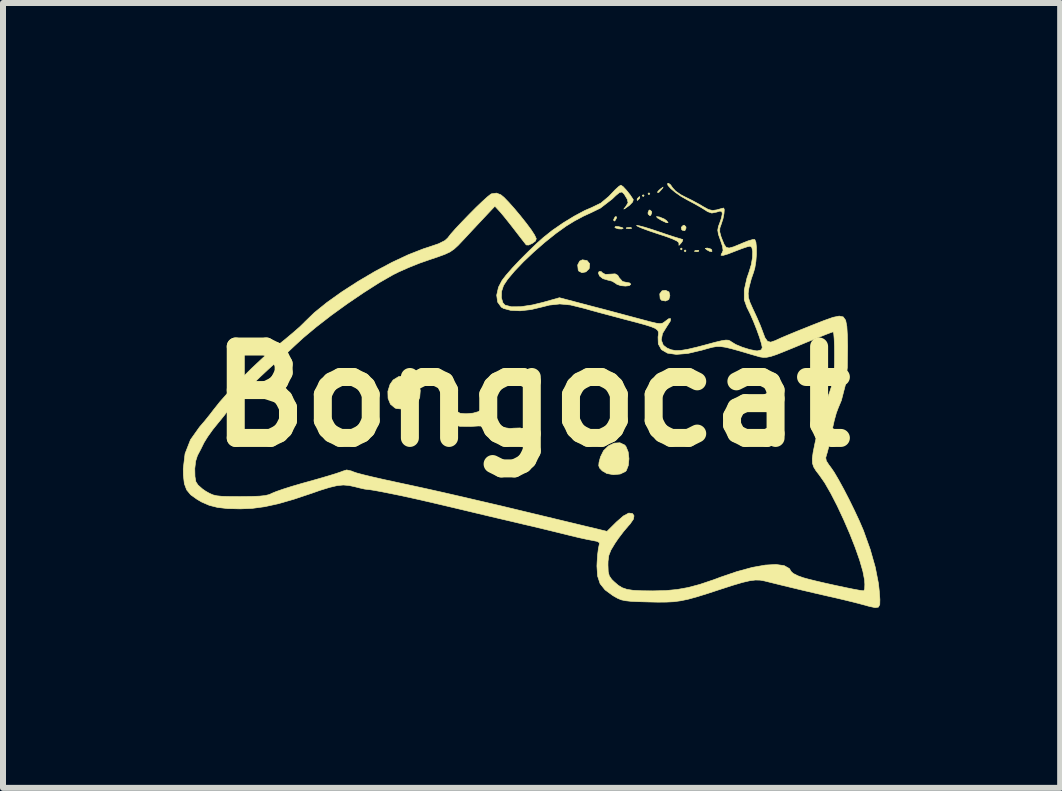
<source format=kicad_pcb>
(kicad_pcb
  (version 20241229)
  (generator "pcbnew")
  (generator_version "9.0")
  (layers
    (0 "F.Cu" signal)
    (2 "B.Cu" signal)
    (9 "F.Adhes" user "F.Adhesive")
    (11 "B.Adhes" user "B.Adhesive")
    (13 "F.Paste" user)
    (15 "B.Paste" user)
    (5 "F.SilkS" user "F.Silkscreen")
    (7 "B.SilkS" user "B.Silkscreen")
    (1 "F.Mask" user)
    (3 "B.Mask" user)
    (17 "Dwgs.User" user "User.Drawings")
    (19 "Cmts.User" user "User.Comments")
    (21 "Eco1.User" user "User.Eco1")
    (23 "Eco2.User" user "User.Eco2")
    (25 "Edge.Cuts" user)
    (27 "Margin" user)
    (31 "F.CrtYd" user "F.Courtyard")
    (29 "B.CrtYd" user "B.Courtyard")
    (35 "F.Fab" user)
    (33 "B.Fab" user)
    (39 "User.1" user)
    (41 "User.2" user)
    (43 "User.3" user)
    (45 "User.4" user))
  (footprint "Bongocat"
    (layer "F.Cu")
    (at 5.815 3.561)
    (property "Reference" "Bongocat" (at 0 0 0) (layer "F.SilkS") (effects (font (size 1.524 1.524) (thickness 0.3))))
    (attr through_hole)
    (fp_poly (pts (xy 1.873 -3.35) (xy 1.857 -3.334) (xy 1.841 -3.35) (xy 1.857 -3.365) (xy 1.873 -3.35)) (stroke (width 0.01) (type solid)) (fill yes) (layer "F.SilkS"))
    (fp_poly (pts (xy 1.968 -3.381) (xy 1.953 -3.365) (xy 1.937 -3.381) (xy 1.953 -3.397) (xy 1.968 -3.381)) (stroke (width 0.01) (type solid)) (fill yes) (layer "F.SilkS"))
    (fp_poly (pts (xy 2.508 -2.461) (xy 2.492 -2.445) (xy 2.477 -2.461) (xy 2.492 -2.477) (xy 2.508 -2.461)) (stroke (width 0.01) (type solid)) (fill yes) (layer "F.SilkS"))
    (fp_poly (pts (xy 2.572 -2.429) (xy 2.556 -2.413) (xy 2.54 -2.429) (xy 2.556 -2.445) (xy 2.572 -2.429)) (stroke (width 0.01) (type solid)) (fill yes) (layer "F.SilkS"))
    (fp_poly (pts (xy 1.659 -2.815) (xy 1.663 -2.803) (xy 1.619 -2.799) (xy 1.574 -2.804) (xy 1.58 -2.815) (xy 1.645 -2.819) (xy 1.659 -2.815)) (stroke (width 0.01) (type solid)) (fill yes) (layer "F.SilkS"))
    (fp_poly (pts (xy 2.785 -2.432) (xy 2.776 -2.418) (xy 2.744 -2.416) (xy 2.71 -2.423) (xy 2.725 -2.435) (xy 2.774 -2.438) (xy 2.785 -2.432)) (stroke (width 0.01) (type solid)) (fill yes) (layer "F.SilkS"))
    (fp_poly (pts (xy 1.415 -2.995) (xy 1.409 -2.97) (xy 1.383 -2.926) (xy 1.367 -2.933) (xy 1.365 -2.951) (xy 1.388 -2.994) (xy 1.397 -3) (xy 1.415 -2.995)) (stroke (width 0.01) (type solid)) (fill yes) (layer "F.SilkS"))
    (fp_poly (pts (xy 1.446 -2.833) (xy 1.505 -2.818) (xy 1.524 -2.806) (xy 1.499 -2.794) (xy 1.446 -2.796) (xy 1.397 -2.811) (xy 1.384 -2.821) (xy 1.397 -2.836) (xy 1.446 -2.833)) (stroke (width 0.01) (type solid)) (fill yes) (layer "F.SilkS"))
    (fp_poly (pts (xy 1.8 -3.313) (xy 1.794 -3.302) (xy 1.764 -3.272) (xy 1.758 -3.27) (xy 1.756 -3.291) (xy 1.762 -3.302) (xy 1.792 -3.332) (xy 1.798 -3.334) (xy 1.8 -3.313)) (stroke (width 0.01) (type solid)) (fill yes) (layer "F.SilkS"))
    (fp_poly (pts (xy 1.997 -3.086) (xy 2 -3.064) (xy 1.983 -3.022) (xy 1.968 -3.016) (xy 1.94 -3.042) (xy 1.937 -3.064) (xy 1.954 -3.106) (xy 1.968 -3.111) (xy 1.997 -3.086)) (stroke (width 0.01) (type solid)) (fill yes) (layer "F.SilkS"))
    (fp_poly (pts (xy 2.181 -3.476) (xy 2.163 -3.453) (xy 2.117 -3.403) (xy 2.096 -3.404) (xy 2.095 -3.409) (xy 2.117 -3.436) (xy 2.151 -3.465) (xy 2.189 -3.492) (xy 2.181 -3.476)) (stroke (width 0.01) (type solid)) (fill yes) (layer "F.SilkS"))
    (fp_poly (pts (xy 2.568 -2.832) (xy 2.572 -2.81) (xy 2.552 -2.766) (xy 2.508 -2.774) (xy 2.499 -2.783) (xy 2.492 -2.822) (xy 2.524 -2.854) (xy 2.542 -2.857) (xy 2.568 -2.832)) (stroke (width 0.01) (type solid)) (fill yes) (layer "F.SilkS"))
    (fp_poly (pts (xy 2.984 -2.46) (xy 3 -2.445) (xy 3.003 -2.417) (xy 2.965 -2.421) (xy 2.921 -2.445) (xy 2.891 -2.469) (xy 2.92 -2.476) (xy 2.927 -2.476) (xy 2.984 -2.46)) (stroke (width 0.01) (type solid)) (fill yes) (layer "F.SilkS"))
    (fp_poly (pts (xy 2.287 -1.745) (xy 2.302 -1.683) (xy 2.284 -1.617) (xy 2.23 -1.593) (xy 2.163 -1.605) (xy 2.14 -1.633) (xy 2.133 -1.712) (xy 2.171 -1.763) (xy 2.23 -1.772) (xy 2.287 -1.745)) (stroke (width 0.01) (type solid)) (fill yes) (layer "F.SilkS"))
    (fp_poly (pts (xy 2.12 -2.995) (xy 2.132 -2.992) (xy 2.209 -2.96) (xy 2.249 -2.931) (xy 2.272 -2.898) (xy 2.246 -2.898) (xy 2.177 -2.93) (xy 2.166 -2.935) (xy 2.094 -2.979) (xy 2.078 -3) (xy 2.12 -2.995)) (stroke (width 0.01) (type solid)) (fill yes) (layer "F.SilkS"))
    (fp_poly (pts (xy 0.922 -2.267) (xy 0.965 -2.214) (xy 0.958 -2.139) (xy 0.954 -2.129) (xy 0.902 -2.079) (xy 0.837 -2.065) (xy 0.785 -2.091) (xy 0.774 -2.11) (xy 0.765 -2.194) (xy 0.798 -2.258) (xy 0.844 -2.28) (xy 0.922 -2.267)) (stroke (width 0.01) (type solid)) (fill yes) (layer "F.SilkS"))
    (fp_poly (pts (xy -1.987 -0.322) (xy -1.935 -0.291) (xy -1.882 -0.212) (xy -1.859 -0.102) (xy -1.868 0.014) (xy -1.909 0.11) (xy -1.925 0.13) (xy -2.017 0.185) (xy -2.137 0.21) (xy -2.253 0.2) (xy -2.279 0.191) (xy -2.356 0.127) (xy -2.396 0.029) (xy -2.399 -0.087) (xy -2.363 -0.203) (xy -2.312 -0.276) (xy -2.219 -0.333) (xy -2.102 -0.349) (xy -1.987 -0.322)) (stroke (width 0.01) (type solid)) (fill yes) (layer "F.SilkS"))
    (fp_poly (pts (xy 1.549 0.808) (xy 1.57 0.833) (xy 1.607 0.923) (xy 1.62 1.036) (xy 1.609 1.148) (xy 1.576 1.233) (xy 1.561 1.249) (xy 1.474 1.291) (xy 1.361 1.302) (xy 1.25 1.282) (xy 1.175 1.238) (xy 1.132 1.193) (xy 1.116 1.153) (xy 1.121 1.096) (xy 1.145 1.006) (xy 1.197 0.901) (xy 1.278 0.822) (xy 1.374 0.776) (xy 1.469 0.77) (xy 1.549 0.808)) (stroke (width 0.01) (type solid)) (fill yes) (layer "F.SilkS"))
    (fp_poly (pts (xy 1.156 -2.085) (xy 1.173 -2.066) (xy 1.225 -2.037) (xy 1.311 -2.041) (xy 1.389 -2.046) (xy 1.433 -2.022) (xy 1.456 -1.982) (xy 1.513 -1.918) (xy 1.571 -1.905) (xy 1.631 -1.894) (xy 1.651 -1.873) (xy 1.625 -1.849) (xy 1.561 -1.842) (xy 1.485 -1.849) (xy 1.42 -1.871) (xy 1.399 -1.887) (xy 1.341 -1.923) (xy 1.263 -1.943) (xy 1.186 -1.966) (xy 1.13 -2.01) (xy 1.11 -2.059) (xy 1.122 -2.085) (xy 1.156 -2.085)) (stroke (width 0.01) (type solid)) (fill yes) (layer "F.SilkS"))
    (fp_poly (pts (xy 1.79 -2.847) (xy 1.879 -2.824) (xy 1.999 -2.787) (xy 2.106 -2.751) (xy 2.244 -2.704) (xy 2.363 -2.665) (xy 2.449 -2.638) (xy 2.482 -2.629) (xy 2.518 -2.617) (xy 2.509 -2.587) (xy 2.486 -2.556) (xy 2.453 -2.521) (xy 2.453 -2.541) (xy 2.454 -2.543) (xy 2.45 -2.569) (xy 2.415 -2.596) (xy 2.342 -2.63) (xy 2.223 -2.674) (xy 2.091 -2.717) (xy 1.952 -2.764) (xy 1.841 -2.805) (xy 1.769 -2.836) (xy 1.746 -2.852) (xy 1.747 -2.853) (xy 1.79 -2.847)) (stroke (width 0.01) (type solid)) (fill yes) (layer "F.SilkS"))
    (fp_poly (pts (xy -1.335 0.128) (xy -1.279 0.194) (xy -1.277 0.198) (xy -1.243 0.252) (xy -1.195 0.278) (xy -1.112 0.286) (xy -1.084 0.286) (xy -0.979 0.276) (xy -0.893 0.252) (xy -0.871 0.239) (xy -0.777 0.191) (xy -0.702 0.203) (xy -0.647 0.276) (xy -0.63 0.321) (xy -0.572 0.445) (xy -0.485 0.514) (xy -0.363 0.532) (xy -0.309 0.527) (xy -0.194 0.523) (xy -0.111 0.548) (xy -0.071 0.594) (xy -0.082 0.656) (xy -0.083 0.657) (xy -0.139 0.696) (xy -0.238 0.72) (xy -0.36 0.728) (xy -0.487 0.72) (xy -0.599 0.695) (xy -0.656 0.67) (xy -0.729 0.611) (xy -0.774 0.551) (xy -0.777 0.544) (xy -0.793 0.51) (xy -0.826 0.493) (xy -0.89 0.49) (xy -1.001 0.497) (xy -1.011 0.498) (xy -1.198 0.496) (xy -1.342 0.458) (xy -1.439 0.384) (xy -1.485 0.279) (xy -1.486 0.197) (xy -1.456 0.129) (xy -1.4 0.106) (xy -1.335 0.128)) (stroke (width 0.01) (type solid)) (fill yes) (layer "F.SilkS"))
    (fp_poly (pts (xy 2.313 -3.531) (xy 2.347 -3.481) (xy 2.398 -3.425) (xy 2.486 -3.364) (xy 2.551 -3.33) (xy 2.675 -3.269) (xy 2.802 -3.2) (xy 2.851 -3.17) (xy 2.944 -3.119) (xy 3.013 -3.102) (xy 3.086 -3.113) (xy 3.089 -3.114) (xy 3.16 -3.134) (xy 3.198 -3.143) (xy 3.199 -3.143) (xy 3.209 -3.116) (xy 3.204 -3.05) (xy 3.188 -2.966) (xy 3.162 -2.886) (xy 3.161 -2.882) (xy 3.135 -2.809) (xy 3.133 -2.746) (xy 3.155 -2.665) (xy 3.174 -2.616) (xy 3.208 -2.534) (xy 3.241 -2.488) (xy 3.289 -2.476) (xy 3.363 -2.496) (xy 3.48 -2.544) (xy 3.509 -2.557) (xy 3.607 -2.596) (xy 3.684 -2.618) (xy 3.717 -2.618) (xy 3.736 -2.575) (xy 3.745 -2.487) (xy 3.745 -2.374) (xy 3.736 -2.253) (xy 3.718 -2.143) (xy 3.697 -2.071) (xy 3.659 -1.962) (xy 3.626 -1.837) (xy 3.619 -1.805) (xy 3.607 -1.722) (xy 3.611 -1.652) (xy 3.636 -1.573) (xy 3.685 -1.463) (xy 3.696 -1.44) (xy 3.755 -1.313) (xy 3.808 -1.19) (xy 3.844 -1.096) (xy 3.844 -1.095) (xy 3.887 -0.981) (xy 3.93 -0.921) (xy 3.983 -0.907) (xy 4.061 -0.934) (xy 4.084 -0.945) (xy 4.156 -0.978) (xy 4.274 -1.028) (xy 4.424 -1.09) (xy 4.592 -1.157) (xy 4.676 -1.191) (xy 4.875 -1.269) (xy 5.022 -1.321) (xy 5.125 -1.342) (xy 5.192 -1.328) (xy 5.232 -1.272) (xy 5.252 -1.171) (xy 5.261 -1.019) (xy 5.265 -0.835) (xy 5.26 -0.483) (xy 5.225 -0.183) (xy 5.161 0.064) (xy 5.108 0.191) (xy 5.077 0.273) (xy 5.043 0.396) (xy 5.011 0.538) (xy 5.002 0.587) (xy 4.975 0.726) (xy 4.947 0.851) (xy 4.923 0.941) (xy 4.916 0.962) (xy 4.9 1.02) (xy 4.91 1.072) (xy 4.954 1.14) (xy 4.984 1.179) (xy 5.04 1.26) (xy 5.114 1.386) (xy 5.2 1.543) (xy 5.291 1.719) (xy 5.379 1.899) (xy 5.459 2.07) (xy 5.523 2.219) (xy 5.529 2.233) (xy 5.641 2.546) (xy 5.726 2.845) (xy 5.779 3.116) (xy 5.793 3.246) (xy 5.803 3.382) (xy 5.801 3.467) (xy 5.778 3.51) (xy 5.723 3.518) (xy 5.625 3.497) (xy 5.493 3.461) (xy 5.367 3.428) (xy 5.207 3.389) (xy 5.038 3.349) (xy 4.969 3.334) (xy 4.734 3.28) (xy 4.466 3.217) (xy 4.193 3.151) (xy 3.946 3.09) (xy 3.882 3.074) (xy 3.807 3.06) (xy 3.728 3.058) (xy 3.634 3.07) (xy 3.513 3.098) (xy 3.354 3.145) (xy 3.159 3.208) (xy 2.933 3.282) (xy 2.753 3.338) (xy 2.608 3.378) (xy 2.483 3.404) (xy 2.366 3.42) (xy 2.243 3.426) (xy 2.101 3.427) (xy 1.96 3.424) (xy 1.781 3.419) (xy 1.652 3.413) (xy 1.56 3.403) (xy 1.491 3.388) (xy 1.433 3.364) (xy 1.371 3.329) (xy 1.349 3.316) (xy 1.221 3.222) (xy 1.139 3.119) (xy 1.097 2.992) (xy 1.086 2.825) (xy 1.089 2.762) (xy 1.097 2.639) (xy 1.11 2.537) (xy 1.123 2.475) (xy 1.124 2.472) (xy 1.128 2.437) (xy 1.091 2.414) (xy 1.01 2.398) (xy 0.916 2.38) (xy 0.784 2.351) (xy 0.638 2.316) (xy 0.587 2.303) (xy 0.412 2.26) (xy 0.215 2.212) (xy 0.035 2.169) (xy 0.016 2.164) (xy -0.132 2.13) (xy -0.316 2.086) (xy -0.513 2.04) (xy -0.683 2) (xy -0.956 1.935) (xy -1.178 1.882) (xy -1.355 1.84) (xy -1.499 1.806) (xy -1.618 1.778) (xy -1.721 1.754) (xy -1.817 1.732) (xy -1.824 1.73) (xy -1.994 1.692) (xy -2.172 1.653) (xy -2.344 1.618) (xy -2.499 1.587) (xy -2.624 1.564) (xy -2.707 1.551) (xy -2.731 1.549) (xy -2.787 1.542) (xy -2.879 1.521) (xy -2.946 1.504) (xy -3.046 1.482) (xy -3.142 1.474) (xy -3.245 1.484) (xy -3.371 1.514) (xy -3.533 1.564) (xy -3.66 1.609) (xy -3.965 1.711) (xy -4.225 1.786) (xy -4.454 1.836) (xy -4.662 1.864) (xy -4.858 1.872) (xy -5.071 1.867) (xy -5.238 1.848) (xy -5.376 1.813) (xy -5.503 1.758) (xy -5.583 1.711) (xy -5.686 1.637) (xy -5.753 1.556) (xy -5.792 1.452) (xy -5.808 1.311) (xy -5.81 1.203) (xy -5.78 0.952) (xy -5.689 0.719) (xy -5.537 0.505) (xy -5.534 0.502) (xy -5.445 0.398) (xy -5.356 0.287) (xy -5.319 0.238) (xy -5.201 0.089) (xy -5.045 -0.087) (xy -4.866 -0.276) (xy -4.675 -0.466) (xy -4.486 -0.643) (xy -4.311 -0.795) (xy -4.246 -0.846) (xy -4.108 -0.957) (xy -3.977 -1.067) (xy -3.867 -1.163) (xy -3.793 -1.235) (xy -3.788 -1.241) (xy -3.626 -1.398) (xy -3.416 -1.568) (xy -3.169 -1.744) (xy -2.898 -1.919) (xy -2.615 -2.086) (xy -2.331 -2.237) (xy -2.058 -2.365) (xy -1.808 -2.463) (xy -1.718 -2.492) (xy -1.553 -2.548) (xy -1.448 -2.601) (xy -1.402 -2.643) (xy -1.349 -2.711) (xy -1.265 -2.806) (xy -1.16 -2.917) (xy -1.045 -3.036) (xy -0.93 -3.152) (xy -0.824 -3.253) (xy -0.738 -3.331) (xy -0.682 -3.375) (xy -0.673 -3.38) (xy -0.588 -3.392) (xy -0.516 -3.364) (xy -0.463 -3.321) (xy -0.384 -3.239) (xy -0.288 -3.131) (xy -0.187 -3.01) (xy -0.09 -2.888) (xy -0.009 -2.779) (xy 0.046 -2.694) (xy 0.075 -2.632) (xy 0.062 -2.594) (xy 0.012 -2.556) (xy -0.052 -2.526) (xy -0.092 -2.528) (xy -0.093 -2.529) (xy -0.121 -2.565) (xy -0.178 -2.638) (xy -0.253 -2.735) (xy -0.286 -2.778) (xy -0.374 -2.891) (xy -0.458 -2.996) (xy -0.522 -3.073) (xy -0.535 -3.087) (xy -0.615 -3.174) (xy -0.786 -2.992) (xy -0.896 -2.875) (xy -1.022 -2.74) (xy -1.139 -2.614) (xy -1.146 -2.607) (xy -1.228 -2.52) (xy -1.296 -2.458) (xy -1.364 -2.411) (xy -1.45 -2.371) (xy -1.568 -2.328) (xy -1.696 -2.285) (xy -1.871 -2.224) (xy -2.053 -2.151) (xy -2.218 -2.078) (xy -2.307 -2.034) (xy -2.544 -1.898) (xy -2.804 -1.732) (xy -3.075 -1.548) (xy -3.342 -1.355) (xy -3.591 -1.162) (xy -3.809 -0.98) (xy -3.955 -0.846) (xy -4.057 -0.75) (xy -4.173 -0.648) (xy -4.221 -0.607) (xy -4.3 -0.539) (xy -4.403 -0.445) (xy -4.521 -0.335) (xy -4.644 -0.216) (xy -4.765 -0.098) (xy -4.875 0.011) (xy -4.964 0.103) (xy -5.025 0.17) (xy -5.048 0.201) (xy -5.048 0.202) (xy -5.068 0.236) (xy -5.119 0.305) (xy -5.193 0.397) (xy -5.228 0.439) (xy -5.32 0.553) (xy -5.402 0.668) (xy -5.46 0.761) (xy -5.469 0.778) (xy -5.518 0.878) (xy -5.565 0.967) (xy -5.574 0.984) (xy -5.603 1.075) (xy -5.618 1.2) (xy -5.615 1.332) (xy -5.6 1.42) (xy -5.563 1.476) (xy -5.489 1.541) (xy -5.434 1.579) (xy -5.371 1.614) (xy -5.314 1.639) (xy -5.25 1.654) (xy -5.164 1.663) (xy -5.042 1.666) (xy -4.872 1.667) (xy -4.858 1.667) (xy -4.673 1.665) (xy -4.539 1.66) (xy -4.444 1.65) (xy -4.375 1.633) (xy -4.326 1.61) (xy -4.26 1.583) (xy -4.146 1.543) (xy -3.997 1.496) (xy -3.826 1.446) (xy -3.721 1.417) (xy -3.547 1.368) (xy -3.39 1.322) (xy -3.263 1.283) (xy -3.178 1.254) (xy -3.151 1.243) (xy -3.086 1.223) (xy -3.009 1.24) (xy -2.978 1.253) (xy -2.917 1.274) (xy -2.804 1.304) (xy -2.65 1.341) (xy -2.466 1.383) (xy -2.262 1.427) (xy -2.175 1.446) (xy -1.988 1.486) (xy -1.75 1.538) (xy -1.473 1.6) (xy -1.168 1.67) (xy -0.846 1.745) (xy -0.519 1.821) (xy -0.198 1.898) (xy -0.111 1.919) (xy 1.254 2.247) (xy 1.41 2.092) (xy 1.527 1.99) (xy 1.617 1.942) (xy 1.679 1.95) (xy 1.704 1.987) (xy 1.694 2.044) (xy 1.637 2.126) (xy 1.612 2.153) (xy 1.533 2.246) (xy 1.444 2.363) (xy 1.386 2.448) (xy 1.319 2.559) (xy 1.284 2.649) (xy 1.271 2.747) (xy 1.27 2.808) (xy 1.274 2.918) (xy 1.292 2.989) (xy 1.332 3.047) (xy 1.372 3.086) (xy 1.441 3.146) (xy 1.508 3.187) (xy 1.587 3.214) (xy 1.69 3.23) (xy 1.83 3.237) (xy 2.019 3.239) (xy 2.233 3.234) (xy 2.423 3.216) (xy 2.607 3.183) (xy 2.802 3.131) (xy 3.028 3.055) (xy 3.143 3.012) (xy 3.424 2.916) (xy 3.675 2.848) (xy 3.893 2.809) (xy 4.071 2.799) (xy 4.207 2.818) (xy 4.294 2.867) (xy 4.324 2.917) (xy 4.359 2.949) (xy 4.437 2.988) (xy 4.526 3.02) (xy 4.613 3.044) (xy 4.739 3.075) (xy 4.89 3.11) (xy 5.052 3.146) (xy 5.211 3.18) (xy 5.353 3.209) (xy 5.463 3.229) (xy 5.528 3.238) (xy 5.534 3.239) (xy 5.549 3.209) (xy 5.552 3.129) (xy 5.547 3.056) (xy 5.52 2.915) (xy 5.467 2.731) (xy 5.392 2.517) (xy 5.301 2.286) (xy 5.199 2.051) (xy 5.092 1.822) (xy 4.985 1.614) (xy 4.884 1.438) (xy 4.794 1.309) (xy 4.737 1.235) (xy 4.699 1.173) (xy 4.679 1.111) (xy 4.676 1.034) (xy 4.69 0.93) (xy 4.719 0.786) (xy 4.745 0.667) (xy 4.786 0.492) (xy 4.829 0.333) (xy 4.881 0.166) (xy 4.95 -0.033) (xy 4.967 -0.079) (xy 5.002 -0.187) (xy 5.026 -0.287) (xy 5.039 -0.397) (xy 5.046 -0.537) (xy 5.047 -0.691) (xy 5.046 -0.839) (xy 5.041 -0.962) (xy 5.034 -1.046) (xy 5.025 -1.079) (xy 5.024 -1.079) (xy 4.988 -1.068) (xy 4.904 -1.036) (xy 4.784 -0.988) (xy 4.638 -0.929) (xy 4.572 -0.902) (xy 4.361 -0.814) (xy 4.199 -0.748) (xy 4.078 -0.7) (xy 3.987 -0.67) (xy 3.917 -0.655) (xy 3.86 -0.653) (xy 3.804 -0.661) (xy 3.742 -0.679) (xy 3.672 -0.699) (xy 3.48 -0.756) (xy 3.337 -0.796) (xy 3.23 -0.822) (xy 3.148 -0.834) (xy 3.079 -0.834) (xy 3.009 -0.822) (xy 2.926 -0.8) (xy 2.836 -0.774) (xy 2.602 -0.719) (xy 2.41 -0.703) (xy 2.262 -0.724) (xy 2.161 -0.783) (xy 2.109 -0.878) (xy 2.105 -0.994) (xy 2.112 -1.042) (xy 2.111 -1.079) (xy 2.095 -1.109) (xy 2.057 -1.137) (xy 1.99 -1.165) (xy 1.885 -1.198) (xy 1.735 -1.239) (xy 1.532 -1.292) (xy 1.492 -1.303) (xy 1.312 -1.351) (xy 1.142 -1.396) (xy 0.996 -1.436) (xy 0.891 -1.466) (xy 0.857 -1.475) (xy 0.646 -1.527) (xy 0.465 -1.544) (xy 0.293 -1.525) (xy 0.175 -1.495) (xy -0.013 -1.45) (xy -0.193 -1.43) (xy -0.35 -1.437) (xy -0.47 -1.469) (xy -0.508 -1.491) (xy -0.569 -1.575) (xy -0.585 -1.69) (xy -0.555 -1.823) (xy -0.496 -1.936) (xy -0.429 -2.023) (xy -0.327 -2.14) (xy -0.199 -2.276) (xy -0.058 -2.417) (xy 0.084 -2.554) (xy 0.19 -2.649) (xy 0.343 -2.771) (xy 0.523 -2.895) (xy 0.71 -3.009) (xy 0.884 -3.102) (xy 0.994 -3.149) (xy 1.151 -3.225) (xy 1.285 -3.337) (xy 1.316 -3.37) (xy 1.391 -3.449) (xy 1.453 -3.505) (xy 1.485 -3.524) (xy 1.521 -3.501) (xy 1.577 -3.441) (xy 1.639 -3.363) (xy 1.692 -3.283) (xy 1.682 -3.245) (xy 1.631 -3.191) (xy 1.61 -3.175) (xy 1.549 -3.132) (xy 1.534 -3.126) (xy 1.558 -3.157) (xy 1.566 -3.167) (xy 1.605 -3.23) (xy 1.593 -3.288) (xy 1.591 -3.291) (xy 1.542 -3.373) (xy 1.505 -3.41) (xy 1.463 -3.403) (xy 1.4 -3.351) (xy 1.342 -3.295) (xy 1.144 -3.142) (xy 0.991 -3.067) (xy 0.862 -3.008) (xy 0.714 -2.929) (xy 0.579 -2.846) (xy 0.578 -2.846) (xy 0.401 -2.719) (xy 0.215 -2.57) (xy 0.032 -2.41) (xy -0.139 -2.248) (xy -0.287 -2.093) (xy -0.403 -1.955) (xy -0.471 -1.852) (xy -0.504 -1.752) (xy -0.507 -1.649) (xy -0.482 -1.564) (xy -0.447 -1.525) (xy -0.34 -1.497) (xy -0.186 -1.498) (xy 0.007 -1.527) (xy 0.185 -1.57) (xy 0.461 -1.648) (xy 0.985 -1.51) (xy 1.189 -1.457) (xy 1.403 -1.4) (xy 1.604 -1.346) (xy 1.773 -1.301) (xy 1.833 -1.285) (xy 1.979 -1.246) (xy 2.077 -1.223) (xy 2.139 -1.216) (xy 2.179 -1.223) (xy 2.209 -1.242) (xy 2.217 -1.249) (xy 2.283 -1.298) (xy 2.315 -1.298) (xy 2.308 -1.256) (xy 2.258 -1.179) (xy 2.257 -1.178) (xy 2.179 -1.052) (xy 2.158 -0.944) (xy 2.192 -0.857) (xy 2.253 -0.81) (xy 2.321 -0.781) (xy 2.394 -0.767) (xy 2.483 -0.769) (xy 2.599 -0.788) (xy 2.756 -0.825) (xy 2.896 -0.862) (xy 3.055 -0.905) (xy 3.164 -0.931) (xy 3.235 -0.942) (xy 3.281 -0.939) (xy 3.312 -0.924) (xy 3.325 -0.914) (xy 3.4 -0.868) (xy 3.511 -0.822) (xy 3.633 -0.784) (xy 3.738 -0.763) (xy 3.763 -0.762) (xy 3.827 -0.779) (xy 3.842 -0.818) (xy 3.829 -0.881) (xy 3.797 -0.986) (xy 3.751 -1.114) (xy 3.698 -1.248) (xy 3.644 -1.372) (xy 3.597 -1.468) (xy 3.589 -1.482) (xy 3.542 -1.613) (xy 3.542 -1.777) (xy 3.587 -1.976) (xy 3.623 -2.08) (xy 3.659 -2.199) (xy 3.679 -2.317) (xy 3.682 -2.418) (xy 3.668 -2.487) (xy 3.641 -2.508) (xy 3.591 -2.497) (xy 3.503 -2.467) (xy 3.403 -2.429) (xy 3.269 -2.377) (xy 3.188 -2.353) (xy 3.154 -2.356) (xy 3.165 -2.385) (xy 3.172 -2.394) (xy 3.189 -2.436) (xy 3.179 -2.505) (xy 3.146 -2.605) (xy 3.111 -2.705) (xy 3.1 -2.774) (xy 3.111 -2.836) (xy 3.129 -2.882) (xy 3.16 -2.971) (xy 3.175 -3.043) (xy 3.175 -3.05) (xy 3.167 -3.088) (xy 3.131 -3.091) (xy 3.081 -3.075) (xy 3.001 -3.059) (xy 2.931 -3.083) (xy 2.898 -3.105) (xy 2.826 -3.15) (xy 2.719 -3.211) (xy 2.599 -3.275) (xy 2.588 -3.281) (xy 2.485 -3.34) (xy 2.392 -3.405) (xy 2.317 -3.468) (xy 2.271 -3.519) (xy 2.262 -3.55) (xy 2.279 -3.556) (xy 2.313 -3.531)) (stroke (width 0.01) (type solid)) (fill yes) (layer "F.SilkS")))
  (gr_rect
    (start -3 -3)
    (end 14.623 10.084)
    (stroke (width 0.1) (type default))
    (fill no)
    (layer "Edge.Cuts")))
</source>
